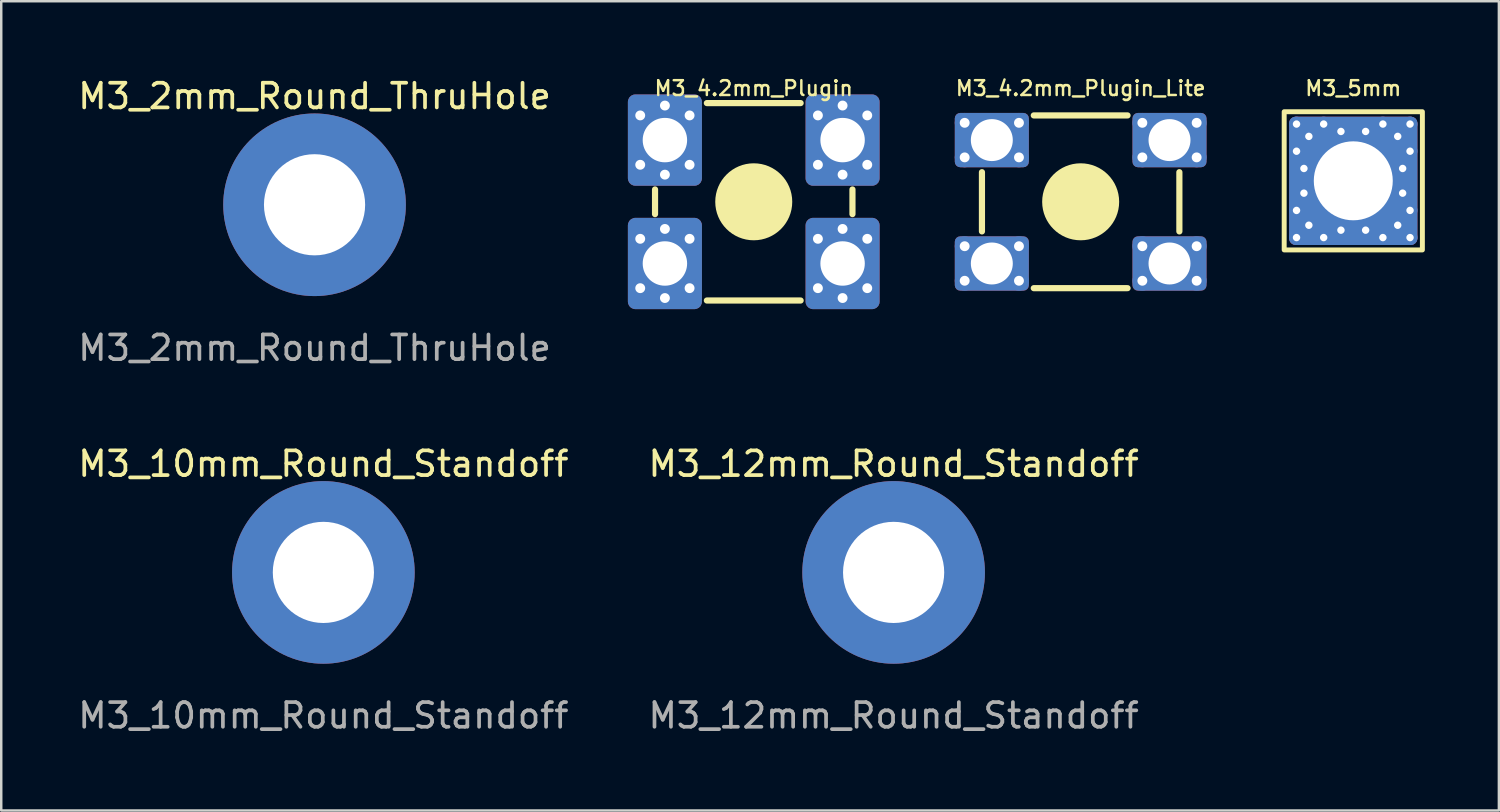
<source format=kicad_pcb>
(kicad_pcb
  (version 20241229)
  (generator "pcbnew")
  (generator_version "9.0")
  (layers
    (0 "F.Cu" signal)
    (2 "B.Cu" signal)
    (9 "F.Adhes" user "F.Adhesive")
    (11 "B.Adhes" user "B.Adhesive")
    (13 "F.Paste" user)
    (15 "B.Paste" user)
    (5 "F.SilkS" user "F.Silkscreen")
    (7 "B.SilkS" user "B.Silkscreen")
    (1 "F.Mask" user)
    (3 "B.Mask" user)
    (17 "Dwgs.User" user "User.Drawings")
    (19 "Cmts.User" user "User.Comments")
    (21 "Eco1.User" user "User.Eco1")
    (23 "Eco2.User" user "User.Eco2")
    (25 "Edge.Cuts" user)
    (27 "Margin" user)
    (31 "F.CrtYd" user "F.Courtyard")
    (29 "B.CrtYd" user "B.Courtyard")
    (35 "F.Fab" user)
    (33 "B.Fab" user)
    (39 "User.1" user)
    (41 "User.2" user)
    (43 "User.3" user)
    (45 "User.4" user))
  (footprint "M3_5mm"
    (layer "F.Cu")
    (at 51.787 4.277)
    (property "Reference" "M3_5mm" (at 0 -3.75 0) (unlocked yes) (layer "F.SilkS") (effects (font (size 0.6 0.6) (thickness 0.1))))
    (attr smd)
    (fp_rect (start -2.8 -2.8) (end 2.8 2.8) (stroke (width 0.2) (type default)) (fill no) (layer "F.SilkS"))
    (pad "1" thru_hole circle (at -2.3 -2.3) (size 0.6 0.6) (drill 0.3) (layers "*.Cu"))
    (pad "1" thru_hole circle (at -2.3 -1.2) (size 0.6 0.6) (drill 0.3) (layers "*.Cu"))
    (pad "1" thru_hole circle (at -2.3 1.2) (size 0.6 0.6) (drill 0.3) (layers "*.Cu"))
    (pad "1" thru_hole circle (at -2.3 2.3) (size 0.6 0.6) (drill 0.3) (layers "*.Cu"))
    (pad "1" thru_hole circle (at -2 -0.5) (size 0.6 0.6) (drill 0.3) (layers "*.Cu"))
    (pad "1" thru_hole circle (at -2 0.5) (size 0.6 0.6) (drill 0.3) (layers "*.Cu"))
    (pad "1" thru_hole circle (at -1.8 -1.8) (size 0.6 0.6) (drill 0.3) (layers "*.Cu"))
    (pad "1" thru_hole circle (at -1.8 1.8) (size 0.6 0.6) (drill 0.3) (layers "*.Cu"))
    (pad "1" thru_hole circle (at -1.2 -2.3) (size 0.6 0.6) (drill 0.3) (layers "*.Cu"))
    (pad "1" thru_hole circle (at -1.2 2.3) (size 0.6 0.6) (drill 0.3) (layers "*.Cu"))
    (pad "1" thru_hole circle (at -0.5 -2) (size 0.6 0.6) (drill 0.3) (layers "*.Cu"))
    (pad "1" thru_hole circle (at -0.5 2) (size 0.6 0.6) (drill 0.3) (layers "*.Cu"))
    (pad "1" thru_hole roundrect (at 0 0) (size 5.2 5.2) (drill 3.2) (layers "*.Cu" "F.Mask") (roundrect_rratio 0.05))
    (pad "1" thru_hole circle (at 0.5 -2) (size 0.6 0.6) (drill 0.3) (layers "*.Cu"))
    (pad "1" thru_hole circle (at 0.5 2) (size 0.6 0.6) (drill 0.3) (layers "*.Cu"))
    (pad "1" thru_hole circle (at 1.2 -2.3) (size 0.6 0.6) (drill 0.3) (layers "*.Cu"))
    (pad "1" thru_hole circle (at 1.2 2.3) (size 0.6 0.6) (drill 0.3) (layers "*.Cu"))
    (pad "1" thru_hole circle (at 1.8 -1.8) (size 0.6 0.6) (drill 0.3) (layers "*.Cu"))
    (pad "1" thru_hole circle (at 1.8 1.8) (size 0.6 0.6) (drill 0.3) (layers "*.Cu"))
    (pad "1" thru_hole circle (at 2 -0.5) (size 0.6 0.6) (drill 0.3) (layers "*.Cu"))
    (pad "1" thru_hole circle (at 2 0.5) (size 0.6 0.6) (drill 0.3) (layers "*.Cu"))
    (pad "1" thru_hole circle (at 2.3 -2.3) (size 0.6 0.6) (drill 0.3) (layers "*.Cu"))
    (pad "1" thru_hole circle (at 2.3 -1.2) (size 0.6 0.6) (drill 0.3) (layers "*.Cu"))
    (pad "1" thru_hole circle (at 2.3 1.2) (size 0.6 0.6) (drill 0.3) (layers "*.Cu"))
    (pad "1" thru_hole circle (at 2.3 2.3) (size 0.6 0.6) (drill 0.3) (layers "*.Cu")))
  (footprint "M3_4.2mm_Plugin_Lite"
    (layer "F.Cu")
    (at 40.74 5.127)
    (property "Reference" "M3_4.2mm_Plugin_Lite" (at 0 -4.6 0) (unlocked yes) (layer "F.SilkS") (effects (font (size 0.6 0.6) (thickness 0.1))))
    (attr smd)
    (fp_line (start -4 1.2) (end -4 -1.2) (stroke (width 0.25) (type default)) (layer "F.SilkS"))
    (fp_line (start -1.9 -3.5) (end 1.9 -3.5) (stroke (width 0.25) (type default)) (layer "F.SilkS"))
    (fp_line (start -1.9 3.5) (end 1.9 3.5) (stroke (width 0.25) (type default)) (layer "F.SilkS"))
    (fp_line (start 4 -1.2) (end 4 1.2) (stroke (width 0.25) (type default)) (layer "F.SilkS"))
    (fp_circle (center 0 0) (end 1.5 0) (stroke (width 0.12) (type solid)) (fill yes) (layer "F.SilkS"))
    (pad "1" thru_hole circle (at -4.7 -3.2 90) (size 0.8 0.8) (drill 0.4) (layers "*.Cu"))
    (pad "1" thru_hole circle (at -4.7 -1.8 90) (size 0.8 0.8) (drill 0.4) (layers "*.Cu"))
    (pad "1" thru_hole circle (at -4.7 1.8 90) (size 0.8 0.8) (drill 0.4) (layers "*.Cu"))
    (pad "1" thru_hole circle (at -4.7 3.2 90) (size 0.8 0.8) (drill 0.4) (layers "*.Cu"))
    (pad "1" thru_hole roundrect (at -3.6 -2.5 90) (size 2.2 3) (drill 1.7) (layers "*.Cu" "*.Mask") (roundrect_rratio 0.1))
    (pad "1" thru_hole roundrect (at -3.6 2.5 90) (size 2.2 3) (drill 1.7) (layers "*.Cu" "*.Mask") (roundrect_rratio 0.1))
    (pad "1" thru_hole circle (at -2.5 -3.2 90) (size 0.8 0.8) (drill 0.4) (layers "*.Cu"))
    (pad "1" thru_hole circle (at -2.5 -1.8 90) (size 0.8 0.8) (drill 0.4) (layers "*.Cu"))
    (pad "1" thru_hole circle (at -2.5 1.8 90) (size 0.8 0.8) (drill 0.4) (layers "*.Cu"))
    (pad "1" thru_hole circle (at -2.5 3.2 90) (size 0.8 0.8) (drill 0.4) (layers "*.Cu"))
    (pad "1" thru_hole circle (at 2.5 -3.2 90) (size 0.8 0.8) (drill 0.4) (layers "*.Cu"))
    (pad "1" thru_hole circle (at 2.5 -1.8 90) (size 0.8 0.8) (drill 0.4) (layers "*.Cu"))
    (pad "1" thru_hole circle (at 2.5 1.8 90) (size 0.8 0.8) (drill 0.4) (layers "*.Cu"))
    (pad "1" thru_hole circle (at 2.5 3.2 90) (size 0.8 0.8) (drill 0.4) (layers "*.Cu"))
    (pad "1" thru_hole roundrect (at 3.6 -2.5 90) (size 2.2 3) (drill 1.7) (layers "*.Cu" "*.Mask") (roundrect_rratio 0.1))
    (pad "1" thru_hole roundrect (at 3.6 2.5 90) (size 2.2 3) (drill 1.7) (layers "*.Cu" "*.Mask") (roundrect_rratio 0.1))
    (pad "1" thru_hole circle (at 4.7 -3.2 90) (size 0.8 0.8) (drill 0.4) (layers "*.Cu"))
    (pad "1" thru_hole circle (at 4.7 -1.8 90) (size 0.8 0.8) (drill 0.4) (layers "*.Cu"))
    (pad "1" thru_hole circle (at 4.7 1.8 90) (size 0.8 0.8) (drill 0.4) (layers "*.Cu"))
    (pad "1" thru_hole circle (at 4.7 3.2 90) (size 0.8 0.8) (drill 0.4) (layers "*.Cu")))
  (footprint "M3_2mm_Round_ThruHole"
    (layer "F.Cu")
    (at 9.696 5.248)
    (property "Reference" "M3_2mm_Round_ThruHole" (at 0 -4.4 0) (unlocked yes) (layer "F.SilkS") (effects (font (size 1 1) (thickness 0.15))))
    (attr smd)
    (fp_line (start -2.2 -0.4) (end -3.6 -0.4) (stroke (width 0.12) (type default)) (layer "F.Paste"))
    (fp_line (start -2.2 0.4) (end -3.6 0.4) (stroke (width 0.12) (type default)) (layer "F.Paste"))
    (fp_line (start -0.4 -2.2) (end -0.4 -3.6) (stroke (width 0.12) (type default)) (layer "F.Paste"))
    (fp_line (start -0.4 2.2) (end -0.4 3.6) (stroke (width 0.12) (type default)) (layer "F.Paste"))
    (fp_line (start 0.4 -2.2) (end 0.4 -3.6) (stroke (width 0.12) (type default)) (layer "F.Paste"))
    (fp_line (start 0.4 3.6) (end 0.4 2.2) (stroke (width 0.12) (type default)) (layer "F.Paste"))
    (fp_line (start 2.2 -0.4) (end 3.6 -0.4) (stroke (width 0.12) (type default)) (layer "F.Paste"))
    (fp_line (start 2.2 0.4) (end 3.6 0.4) (stroke (width 0.12) (type default)) (layer "F.Paste"))
    (fp_arc (start -3.6 -0.4) (mid -2.56125 -2.56125) (end -0.4 -3.6) (stroke (width 0.12) (type default)) (layer "F.Paste"))
    (fp_arc (start -2.199999 -0.4) (mid -1.581138 -1.581138) (end -0.4 -2.199999) (stroke (width 0.12) (type default)) (layer "F.Paste"))
    (fp_arc (start -0.4 2.199999) (mid -1.581138 1.581138) (end -2.199999 0.4) (stroke (width 0.12) (type default)) (layer "F.Paste"))
    (fp_arc (start -0.4 3.6) (mid -2.56125 2.56125) (end -3.6 0.4) (stroke (width 0.12) (type default)) (layer "F.Paste"))
    (fp_arc (start 0.4 -3.6) (mid 2.56125 -2.56125) (end 3.6 -0.4) (stroke (width 0.12) (type default)) (layer "F.Paste"))
    (fp_arc (start 0.4 -2.199999) (mid 1.581138 -1.581138) (end 2.199999 -0.4) (stroke (width 0.12) (type default)) (layer "F.Paste"))
    (fp_arc (start 2.199999 0.4) (mid 1.581138 1.581138) (end 0.4 2.199999) (stroke (width 0.12) (type default)) (layer "F.Paste"))
    (fp_arc (start 3.6 0.4) (mid 2.56125 2.56125) (end 0.4 3.6) (stroke (width 0.12) (type default)) (layer "F.Paste"))
    (fp_poly (pts (xy -2.2 0.4) (xy -3.6 0.4) (xy -3.45 1.06) (xy -3.12 1.83) (xy -2.64 2.48) (xy -2.27 2.82) (xy -1.9 3.08) (xy -1.34 3.37) (xy -1 3.48) (xy -0.4 3.6) (xy -0.4 2.2) (xy -0.76 2.1) (xy -1.16 1.92) (xy -1.61 1.55) (xy -1.96 1.1) (xy -2.1 0.73)) (stroke (width 0.01) (type solid)) (fill yes) (layer "F.Paste"))
    (fp_poly (pts (xy -0.4 -2.2) (xy -0.4 -3.6) (xy -1.06 -3.45) (xy -1.83 -3.12) (xy -2.48 -2.64) (xy -2.82 -2.27) (xy -3.08 -1.9) (xy -3.37 -1.34) (xy -3.48 -1) (xy -3.6 -0.4) (xy -2.2 -0.4) (xy -2.1 -0.76) (xy -1.92 -1.16) (xy -1.55 -1.61) (xy -1.1 -1.96) (xy -0.73 -2.1)) (stroke (width 0.01) (type solid)) (fill yes) (layer "F.Paste"))
    (fp_poly (pts (xy 0.4 2.2) (xy 0.4 3.6) (xy 1.06 3.45) (xy 1.83 3.12) (xy 2.48 2.64) (xy 2.82 2.27) (xy 3.08 1.9) (xy 3.37 1.34) (xy 3.48 1) (xy 3.6 0.4) (xy 2.2 0.4) (xy 2.1 0.76) (xy 1.92 1.16) (xy 1.55 1.61) (xy 1.1 1.96) (xy 0.73 2.1)) (stroke (width 0.01) (type solid)) (fill yes) (layer "F.Paste"))
    (fp_poly (pts (xy 2.2 -0.4) (xy 3.6 -0.4) (xy 3.45 -1.06) (xy 3.12 -1.83) (xy 2.64 -2.48) (xy 2.27 -2.82) (xy 1.9 -3.08) (xy 1.34 -3.37) (xy 1 -3.48) (xy 0.4 -3.6) (xy 0.4 -2.2) (xy 0.76 -2.1) (xy 1.16 -1.92) (xy 1.61 -1.55) (xy 1.96 -1.1) (xy 2.1 -0.73)) (stroke (width 0.01) (type solid)) (fill yes) (layer "F.Paste"))
    (fp_text user "${REFERENCE}" (at 0 5.8 0) (unlocked yes) (layer "F.Fab") (effects (font (size 1 1) (thickness 0.15))))
    (pad "1" thru_hole circle (at 0 0) (size 7.4 7.4) (drill 4.1) (layers "*.Cu" "*.Mask")))
  (footprint "M3_4.2mm_Plugin"
    (layer "F.Cu")
    (at 27.493 5.127)
    (property "Reference" "M3_4.2mm_Plugin" (at 0 -4.6 0) (unlocked yes) (layer "F.SilkS") (effects (font (size 0.6 0.6) (thickness 0.1))))
    (attr smd)
    (fp_line (start -4 0.5) (end -4 -0.5) (stroke (width 0.25) (type default)) (layer "F.SilkS"))
    (fp_line (start -1.9 -4) (end 1.9 -4) (stroke (width 0.25) (type default)) (layer "F.SilkS"))
    (fp_line (start -1.9 4) (end 1.9 4) (stroke (width 0.25) (type default)) (layer "F.SilkS"))
    (fp_line (start 4 -0.5) (end 4 0.5) (stroke (width 0.25) (type default)) (layer "F.SilkS"))
    (fp_circle (center 0 0) (end 1.5 0) (stroke (width 0.12) (type solid)) (fill yes) (layer "F.SilkS"))
    (pad "1" thru_hole circle (at -4.6 -3.5) (size 0.8 0.8) (drill 0.4) (layers "*.Cu"))
    (pad "1" thru_hole circle (at -4.6 -1.5) (size 0.8 0.8) (drill 0.4) (layers "*.Cu"))
    (pad "1" thru_hole circle (at -4.6 1.5) (size 0.8 0.8) (drill 0.4) (layers "*.Cu"))
    (pad "1" thru_hole circle (at -4.6 3.5) (size 0.8 0.8) (drill 0.4) (layers "*.Cu"))
    (pad "1" thru_hole circle (at -3.6 -3.9) (size 0.8 0.8) (drill 0.4) (layers "*.Cu"))
    (pad "1" thru_hole roundrect (at -3.6 -2.5) (size 3 3.7) (drill 1.8) (layers "*.Cu" "*.Mask") (roundrect_rratio 0.1))
    (pad "1" thru_hole circle (at -3.6 -1.1) (size 0.8 0.8) (drill 0.4) (layers "*.Cu"))
    (pad "1" thru_hole circle (at -3.6 1.1) (size 0.8 0.8) (drill 0.4) (layers "*.Cu"))
    (pad "1" thru_hole roundrect (at -3.6 2.5) (size 3 3.7) (drill 1.8) (layers "*.Cu" "*.Mask") (roundrect_rratio 0.1))
    (pad "1" thru_hole circle (at -3.6 3.9) (size 0.8 0.8) (drill 0.4) (layers "*.Cu"))
    (pad "1" thru_hole circle (at -2.6 -3.5) (size 0.8 0.8) (drill 0.4) (layers "*.Cu"))
    (pad "1" thru_hole circle (at -2.6 -1.5) (size 0.8 0.8) (drill 0.4) (layers "*.Cu"))
    (pad "1" thru_hole circle (at -2.6 1.5) (size 0.8 0.8) (drill 0.4) (layers "*.Cu"))
    (pad "1" thru_hole circle (at -2.6 3.5) (size 0.8 0.8) (drill 0.4) (layers "*.Cu"))
    (pad "1" thru_hole circle (at 2.6 -3.5) (size 0.8 0.8) (drill 0.4) (layers "*.Cu"))
    (pad "1" thru_hole circle (at 2.6 -1.5) (size 0.8 0.8) (drill 0.4) (layers "*.Cu"))
    (pad "1" thru_hole circle (at 2.6 1.5) (size 0.8 0.8) (drill 0.4) (layers "*.Cu"))
    (pad "1" thru_hole circle (at 2.6 3.5) (size 0.8 0.8) (drill 0.4) (layers "*.Cu"))
    (pad "1" thru_hole circle (at 3.6 -3.9) (size 0.8 0.8) (drill 0.4) (layers "*.Cu"))
    (pad "1" thru_hole roundrect (at 3.6 -2.5) (size 3 3.7) (drill 1.8) (layers "*.Cu" "*.Mask") (roundrect_rratio 0.1))
    (pad "1" thru_hole circle (at 3.6 -1.1) (size 0.8 0.8) (drill 0.4) (layers "*.Cu"))
    (pad "1" thru_hole circle (at 3.6 1.1) (size 0.8 0.8) (drill 0.4) (layers "*.Cu"))
    (pad "1" thru_hole roundrect (at 3.6 2.5) (size 3 3.7) (drill 1.8) (layers "*.Cu" "*.Mask") (roundrect_rratio 0.1))
    (pad "1" thru_hole circle (at 3.6 3.9) (size 0.8 0.8) (drill 0.4) (layers "*.Cu"))
    (pad "1" thru_hole circle (at 4.6 -3.5) (size 0.8 0.8) (drill 0.4) (layers "*.Cu"))
    (pad "1" thru_hole circle (at 4.6 -1.5) (size 0.8 0.8) (drill 0.4) (layers "*.Cu"))
    (pad "1" thru_hole circle (at 4.6 1.5) (size 0.8 0.8) (drill 0.4) (layers "*.Cu"))
    (pad "1" thru_hole circle (at 4.6 3.5) (size 0.8 0.8) (drill 0.4) (layers "*.Cu")))
  (footprint "M3_10mm_Round_Standoff"
    (layer "F.Cu")
    (at 10.054 20.145)
    (property "Reference" "M3_10mm_Round_Standoff" (at 0 -4.4 0) (unlocked yes) (layer "F.SilkS") (effects (font (size 1 1) (thickness 0.15))))
    (attr smd)
    (fp_line (start -2.2 -0.4) (end -3.6 -0.4) (stroke (width 0.12) (type default)) (layer "F.Paste"))
    (fp_line (start -2.2 0.4) (end -3.6 0.4) (stroke (width 0.12) (type default)) (layer "F.Paste"))
    (fp_line (start -0.4 -2.2) (end -0.4 -3.6) (stroke (width 0.12) (type default)) (layer "F.Paste"))
    (fp_line (start -0.4 2.2) (end -0.4 3.6) (stroke (width 0.12) (type default)) (layer "F.Paste"))
    (fp_line (start 0.4 -2.2) (end 0.4 -3.6) (stroke (width 0.12) (type default)) (layer "F.Paste"))
    (fp_line (start 0.4 3.6) (end 0.4 2.2) (stroke (width 0.12) (type default)) (layer "F.Paste"))
    (fp_line (start 2.2 -0.4) (end 3.6 -0.4) (stroke (width 0.12) (type default)) (layer "F.Paste"))
    (fp_line (start 2.2 0.4) (end 3.6 0.4) (stroke (width 0.12) (type default)) (layer "F.Paste"))
    (fp_arc (start -3.6 -0.4) (mid -2.56125 -2.56125) (end -0.4 -3.6) (stroke (width 0.12) (type default)) (layer "F.Paste"))
    (fp_arc (start -2.199999 -0.4) (mid -1.581138 -1.581138) (end -0.4 -2.199999) (stroke (width 0.12) (type default)) (layer "F.Paste"))
    (fp_arc (start -0.4 2.199999) (mid -1.581138 1.581138) (end -2.199999 0.4) (stroke (width 0.12) (type default)) (layer "F.Paste"))
    (fp_arc (start -0.4 3.6) (mid -2.56125 2.56125) (end -3.6 0.4) (stroke (width 0.12) (type default)) (layer "F.Paste"))
    (fp_arc (start 0.4 -3.6) (mid 2.56125 -2.56125) (end 3.6 -0.4) (stroke (width 0.12) (type default)) (layer "F.Paste"))
    (fp_arc (start 0.4 -2.199999) (mid 1.581138 -1.581138) (end 2.199999 -0.4) (stroke (width 0.12) (type default)) (layer "F.Paste"))
    (fp_arc (start 2.199999 0.4) (mid 1.581138 1.581138) (end 0.4 2.199999) (stroke (width 0.12) (type default)) (layer "F.Paste"))
    (fp_arc (start 3.6 0.4) (mid 2.56125 2.56125) (end 0.4 3.6) (stroke (width 0.12) (type default)) (layer "F.Paste"))
    (fp_poly (pts (xy -2.2 0.4) (xy -3.6 0.4) (xy -3.45 1.06) (xy -3.12 1.83) (xy -2.64 2.48) (xy -2.27 2.82) (xy -1.9 3.08) (xy -1.34 3.37) (xy -1 3.48) (xy -0.4 3.6) (xy -0.4 2.2) (xy -0.76 2.1) (xy -1.16 1.92) (xy -1.61 1.55) (xy -1.96 1.1) (xy -2.1 0.73)) (stroke (width 0.01) (type solid)) (fill yes) (layer "F.Paste"))
    (fp_poly (pts (xy -0.4 -2.2) (xy -0.4 -3.6) (xy -1.06 -3.45) (xy -1.83 -3.12) (xy -2.48 -2.64) (xy -2.82 -2.27) (xy -3.08 -1.9) (xy -3.37 -1.34) (xy -3.48 -1) (xy -3.6 -0.4) (xy -2.2 -0.4) (xy -2.1 -0.76) (xy -1.92 -1.16) (xy -1.55 -1.61) (xy -1.1 -1.96) (xy -0.73 -2.1)) (stroke (width 0.01) (type solid)) (fill yes) (layer "F.Paste"))
    (fp_poly (pts (xy 0.4 2.2) (xy 0.4 3.6) (xy 1.06 3.45) (xy 1.83 3.12) (xy 2.48 2.64) (xy 2.82 2.27) (xy 3.08 1.9) (xy 3.37 1.34) (xy 3.48 1) (xy 3.6 0.4) (xy 2.2 0.4) (xy 2.1 0.76) (xy 1.92 1.16) (xy 1.55 1.61) (xy 1.1 1.96) (xy 0.73 2.1)) (stroke (width 0.01) (type solid)) (fill yes) (layer "F.Paste"))
    (fp_poly (pts (xy 2.2 -0.4) (xy 3.6 -0.4) (xy 3.45 -1.06) (xy 3.12 -1.83) (xy 2.64 -2.48) (xy 2.27 -2.82) (xy 1.9 -3.08) (xy 1.34 -3.37) (xy 1 -3.48) (xy 0.4 -3.6) (xy 0.4 -2.2) (xy 0.76 -2.1) (xy 1.16 -1.92) (xy 1.61 -1.55) (xy 1.96 -1.1) (xy 2.1 -0.73)) (stroke (width 0.01) (type solid)) (fill yes) (layer "F.Paste"))
    (fp_text user "${REFERENCE}" (at 0 5.8 0) (unlocked yes) (layer "F.Fab") (effects (font (size 1 1) (thickness 0.15))))
    (pad "1" thru_hole circle (at 0 0) (size 7.4 7.4) (drill 4.1) (layers "*.Cu" "F.Mask")))
  (footprint "M3_12mm_Round_Standoff"
    (layer "F.Cu")
    (at 33.161 20.145)
    (property "Reference" "M3_12mm_Round_Standoff" (at 0 -4.4 0) (unlocked yes) (layer "F.SilkS") (effects (font (size 1 1) (thickness 0.15))))
    (attr smd)
    (fp_line (start -2.2 -0.4) (end -3.6 -0.4) (stroke (width 0.12) (type default)) (layer "F.Paste"))
    (fp_line (start -2.2 0.4) (end -3.6 0.4) (stroke (width 0.12) (type default)) (layer "F.Paste"))
    (fp_line (start -0.4 -2.2) (end -0.4 -3.6) (stroke (width 0.12) (type default)) (layer "F.Paste"))
    (fp_line (start -0.4 2.2) (end -0.4 3.6) (stroke (width 0.12) (type default)) (layer "F.Paste"))
    (fp_line (start 0.4 -2.2) (end 0.4 -3.6) (stroke (width 0.12) (type default)) (layer "F.Paste"))
    (fp_line (start 0.4 3.6) (end 0.4 2.2) (stroke (width 0.12) (type default)) (layer "F.Paste"))
    (fp_line (start 2.2 -0.4) (end 3.6 -0.4) (stroke (width 0.12) (type default)) (layer "F.Paste"))
    (fp_line (start 2.2 0.4) (end 3.6 0.4) (stroke (width 0.12) (type default)) (layer "F.Paste"))
    (fp_arc (start -3.6 -0.4) (mid -2.56125 -2.56125) (end -0.4 -3.6) (stroke (width 0.12) (type default)) (layer "F.Paste"))
    (fp_arc (start -2.199999 -0.4) (mid -1.581138 -1.581138) (end -0.4 -2.199999) (stroke (width 0.12) (type default)) (layer "F.Paste"))
    (fp_arc (start -0.4 2.199999) (mid -1.581138 1.581138) (end -2.199999 0.4) (stroke (width 0.12) (type default)) (layer "F.Paste"))
    (fp_arc (start -0.4 3.6) (mid -2.56125 2.56125) (end -3.6 0.4) (stroke (width 0.12) (type default)) (layer "F.Paste"))
    (fp_arc (start 0.4 -3.6) (mid 2.56125 -2.56125) (end 3.6 -0.4) (stroke (width 0.12) (type default)) (layer "F.Paste"))
    (fp_arc (start 0.4 -2.199999) (mid 1.581138 -1.581138) (end 2.199999 -0.4) (stroke (width 0.12) (type default)) (layer "F.Paste"))
    (fp_arc (start 2.199999 0.4) (mid 1.581138 1.581138) (end 0.4 2.199999) (stroke (width 0.12) (type default)) (layer "F.Paste"))
    (fp_arc (start 3.6 0.4) (mid 2.56125 2.56125) (end 0.4 3.6) (stroke (width 0.12) (type default)) (layer "F.Paste"))
    (fp_poly (pts (xy -2.2 0.4) (xy -3.6 0.4) (xy -3.45 1.06) (xy -3.12 1.83) (xy -2.64 2.48) (xy -2.27 2.82) (xy -1.9 3.08) (xy -1.34 3.37) (xy -1 3.48) (xy -0.4 3.6) (xy -0.4 2.2) (xy -0.76 2.1) (xy -1.16 1.92) (xy -1.61 1.55) (xy -1.96 1.1) (xy -2.1 0.73)) (stroke (width 0.01) (type solid)) (fill yes) (layer "F.Paste"))
    (fp_poly (pts (xy -0.4 -2.2) (xy -0.4 -3.6) (xy -1.06 -3.45) (xy -1.83 -3.12) (xy -2.48 -2.64) (xy -2.82 -2.27) (xy -3.08 -1.9) (xy -3.37 -1.34) (xy -3.48 -1) (xy -3.6 -0.4) (xy -2.2 -0.4) (xy -2.1 -0.76) (xy -1.92 -1.16) (xy -1.55 -1.61) (xy -1.1 -1.96) (xy -0.73 -2.1)) (stroke (width 0.01) (type solid)) (fill yes) (layer "F.Paste"))
    (fp_poly (pts (xy 0.4 2.2) (xy 0.4 3.6) (xy 1.06 3.45) (xy 1.83 3.12) (xy 2.48 2.64) (xy 2.82 2.27) (xy 3.08 1.9) (xy 3.37 1.34) (xy 3.48 1) (xy 3.6 0.4) (xy 2.2 0.4) (xy 2.1 0.76) (xy 1.92 1.16) (xy 1.55 1.61) (xy 1.1 1.96) (xy 0.73 2.1)) (stroke (width 0.01) (type solid)) (fill yes) (layer "F.Paste"))
    (fp_poly (pts (xy 2.2 -0.4) (xy 3.6 -0.4) (xy 3.45 -1.06) (xy 3.12 -1.83) (xy 2.64 -2.48) (xy 2.27 -2.82) (xy 1.9 -3.08) (xy 1.34 -3.37) (xy 1 -3.48) (xy 0.4 -3.6) (xy 0.4 -2.2) (xy 0.76 -2.1) (xy 1.16 -1.92) (xy 1.61 -1.55) (xy 1.96 -1.1) (xy 2.1 -0.73)) (stroke (width 0.01) (type solid)) (fill yes) (layer "F.Paste"))
    (fp_text user "${REFERENCE}" (at 0 5.8 0) (unlocked yes) (layer "F.Fab") (effects (font (size 1 1) (thickness 0.15))))
    (pad "1" thru_hole circle (at 0 0) (size 7.4 7.4) (drill 4.1) (layers "*.Cu" "F.Mask")))
  (gr_rect
    (start -3 -3)
    (end 57.687 29.793)
    (stroke (width 0.1) (type default))
    (fill no)
    (layer "Edge.Cuts")))
</source>
